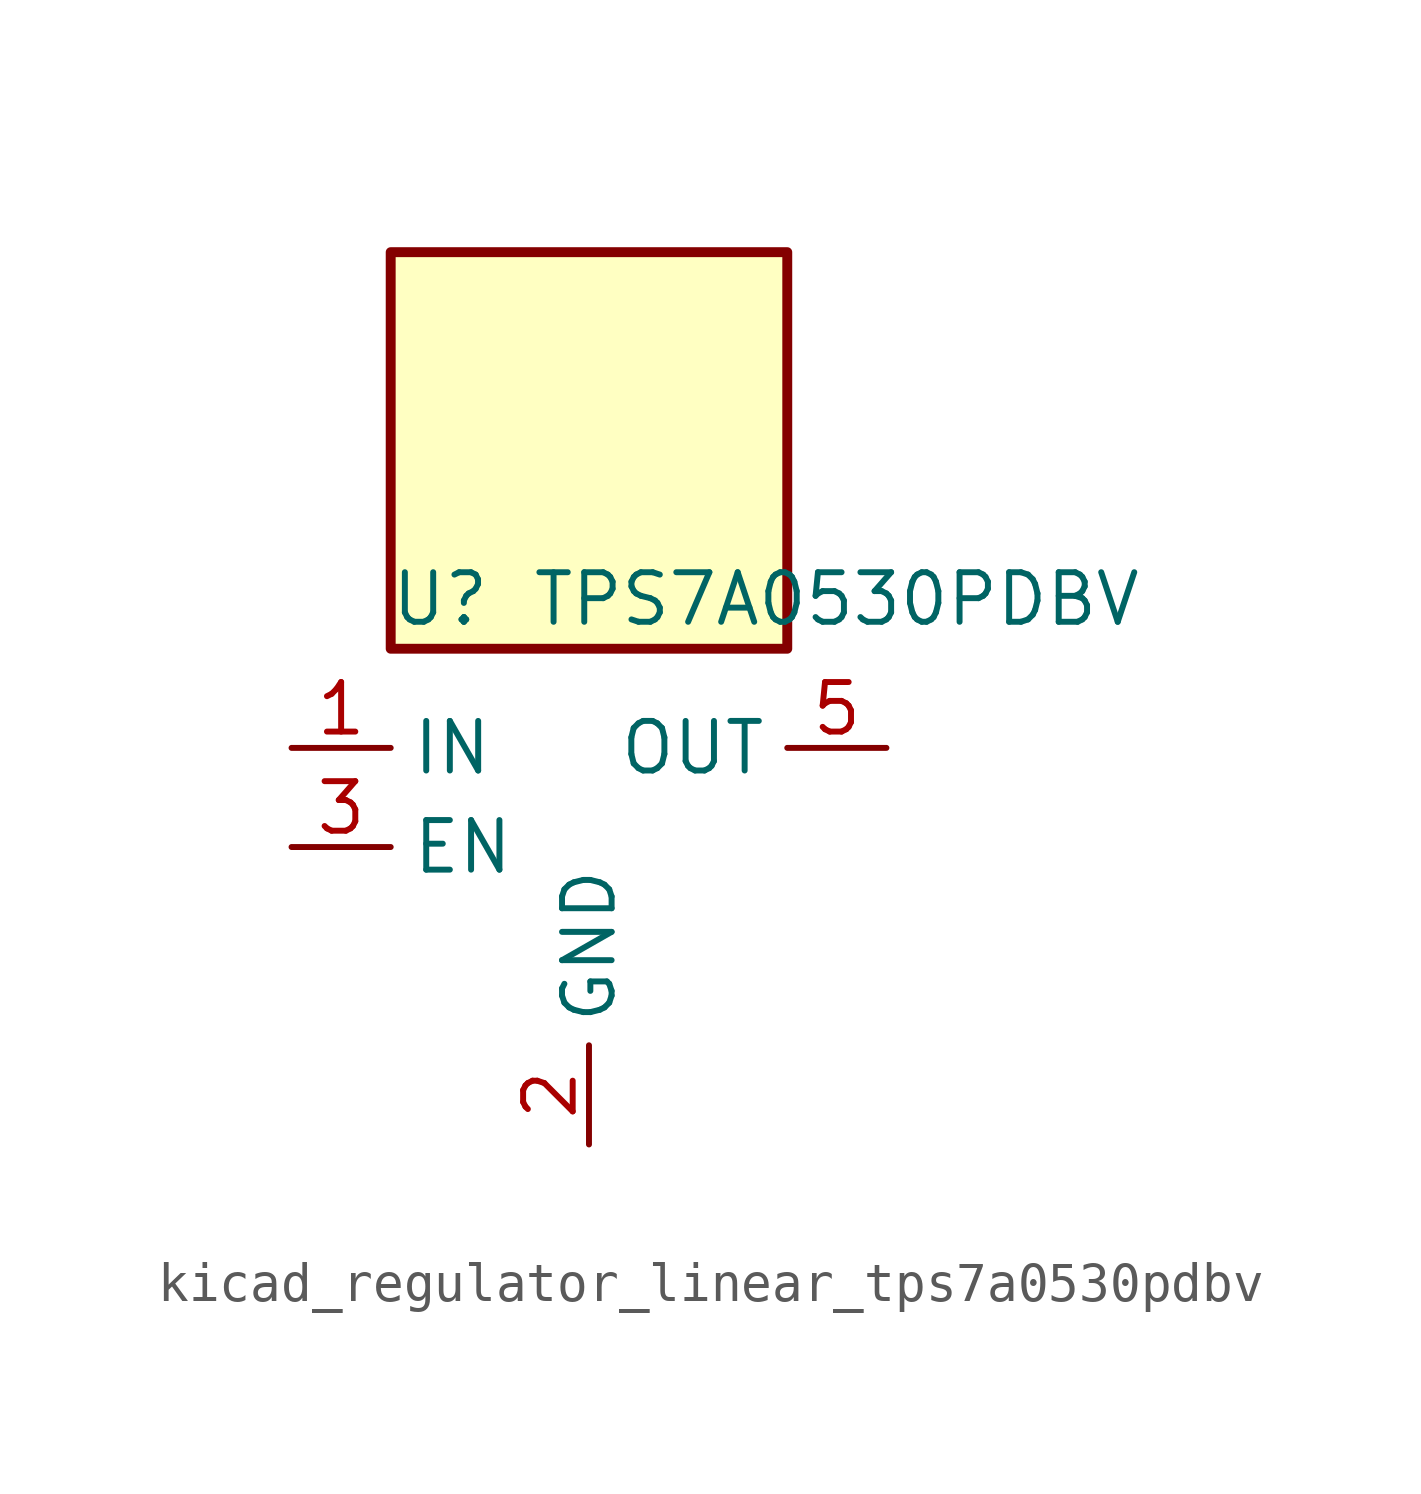
<source format=kicad_sym>
(kicad_symbol_lib
  (version 20220914)
  (generator kicad_symbol_editor)
  (symbol "kicad_regulator_linear_tps7a0530pdbv"
    (property "Reference" "U"
      (at -3.81 6.35 0)
      (effects (font (size 1.27 1.27))))
    (property "Value" "TPS7A0530PDBV"
      (at 6.35 6.35 0)
      (effects (font (size 1.27 1.27))))
    (symbol "kicad_regulator_linear_tps7a0530pdbv_0_1"
      (rectangle (start 5.08 15.24) (end -5.08 5.08) (stroke (width 0.254) (type default)) (fill (type background)))
      (pin power_in line (at -7.62 2.54 0) (length 2.54) (name "IN" (effects (font (size 1.27 1.27)))) (number "1" (effects (font (size 1.27 1.27)))))
      (pin power_in line (at 0 -7.62 90) (length 2.54) (name "GND" (effects (font (size 1.27 1.27)))) (number "2" (effects (font (size 1.27 1.27)))))
      (pin input line (at -7.62 0 0) (length 2.54) (name "EN" (effects (font (size 1.27 1.27)))) (number "3" (effects (font (size 1.27 1.27)))))
      (pin no_connect line (at 5.08 0 180) (length 2.54) hide (name "NC" (effects (font (size 1.27 1.27)))) (number "4" (effects (font (size 1.27 1.27)))))
      (pin power_out line (at 7.62 2.54 180) (length 2.54) (name "OUT" (effects (font (size 1.27 1.27)))) (number "5" (effects (font (size 1.27 1.27))))))))
</source>
